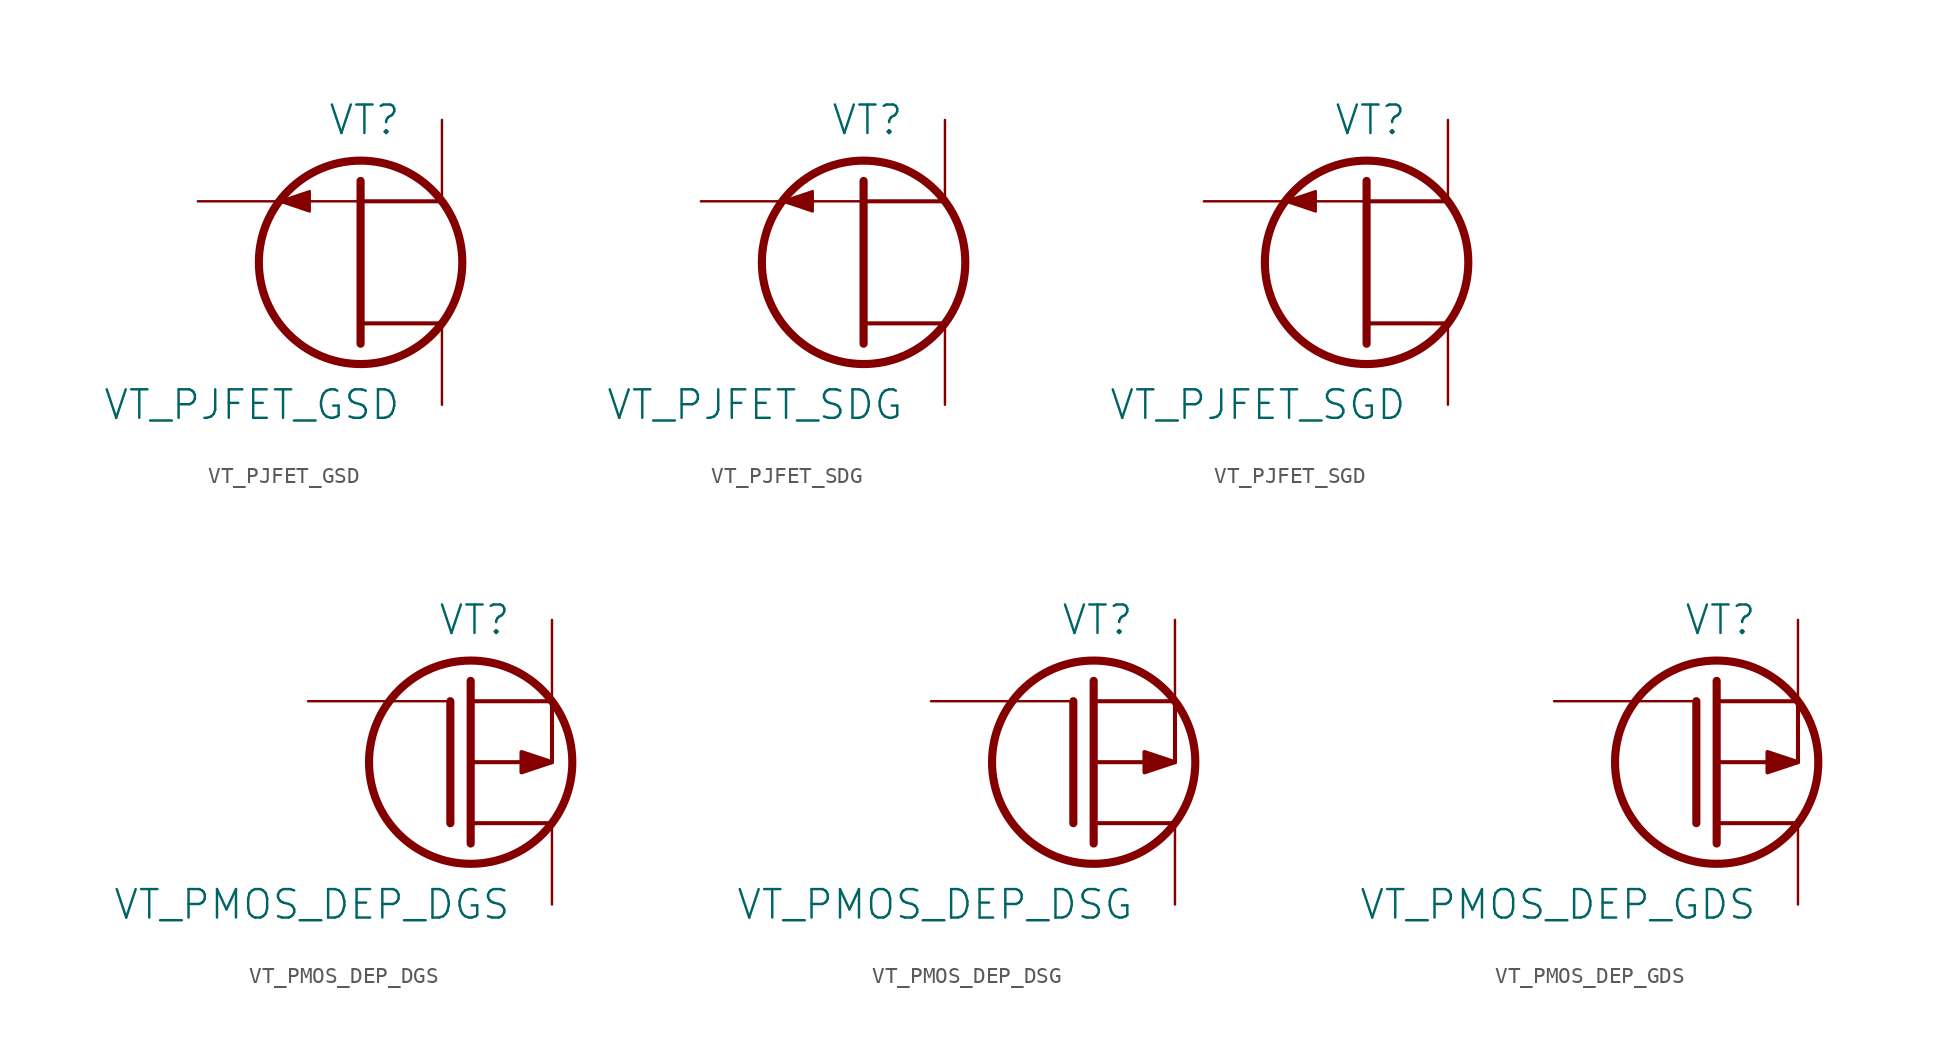
<source format=kicad_sym>
(kicad_symbol_lib
  (version 20211014)
  (generator kicad_symbol_editor)
  (symbol "VT_PJFET_GSD"
    (pin_names
      (offset 0))
    (property "Reference" "VT"
      (at 2.54 8.89 0)
      (effects (font (size 1.778 1.778)) (justify right)))
    (property "Value" "VT_PJFET_GSD"
      (at 2.54 -8.89 0)
      (effects (font (size 1.778 1.778)) (justify right)))
    (symbol "VT_PJFET_GSD_0_1"
      (polyline (pts (xy -10.16 3.81) (xy 0 3.81)) (stroke (width 0) (type default) (color 0 0 0 0)) (fill (type none)))
      (polyline (pts (xy 0 -3.81) (xy 5.08 -3.81)) (stroke (width 0.254) (type default) (color 0 0 0 0)) (fill (type none)))
      (polyline (pts (xy 0 3.81) (xy 5.08 3.81)) (stroke (width 0.254) (type default) (color 0 0 0 0)) (fill (type none)))
      (polyline (pts (xy 0 5.08) (xy 0 -5.08)) (stroke (width 0.508) (type default) (color 0 0 0 0)) (fill (type none)))
      (polyline (pts (xy 5.08 -3.81) (xy 5.08 -8.89)) (stroke (width 0) (type default) (color 0 0 0 0)) (fill (type none)))
      (polyline (pts (xy 5.08 3.81) (xy 5.08 8.89)) (stroke (width 0) (type default) (color 0 0 0 0)) (fill (type none)))
      (polyline (pts (xy -3.175 3.175) (xy -5.08 3.81) (xy -3.175 4.445) (xy -3.175 3.175)) (stroke (width 0) (type default) (color 0 0 0 0)) (fill (type outline)))
      (circle (center 0 0) (radius 6.35) (stroke (width 0.508) (type default) (color 0 0 0 0)) (fill (type none))))
    (symbol "VT_PJFET_GSD_1_1"
      (pin passive line (at -10.16 3.81 0) (length 2.54) hide (name "G" (effects (font (size 1.27 1.27)))) (number "1" (effects (font (size 1.27 1.27)))))
      (pin passive line (at 5.08 8.89 270) (length 2.54) hide (name "S" (effects (font (size 1.27 1.27)))) (number "2" (effects (font (size 1.27 1.27)))))
      (pin passive line (at 5.08 -8.89 90) (length 2.54) hide (name "D" (effects (font (size 1.27 1.27)))) (number "3" (effects (font (size 1.27 1.27)))))))
  (symbol "VT_PJFET_SDG"
    (pin_names
      (offset 0))
    (property "Reference" "VT"
      (at 2.54 8.89 0)
      (effects (font (size 1.778 1.778)) (justify right)))
    (property "Value" "VT_PJFET_SDG"
      (at 2.54 -8.89 0)
      (effects (font (size 1.778 1.778)) (justify right)))
    (symbol "VT_PJFET_SDG_0_1"
      (polyline (pts (xy -10.16 3.81) (xy 0 3.81)) (stroke (width 0) (type default) (color 0 0 0 0)) (fill (type none)))
      (polyline (pts (xy 0 -3.81) (xy 5.08 -3.81)) (stroke (width 0.254) (type default) (color 0 0 0 0)) (fill (type none)))
      (polyline (pts (xy 0 3.81) (xy 5.08 3.81)) (stroke (width 0.254) (type default) (color 0 0 0 0)) (fill (type none)))
      (polyline (pts (xy 0 5.08) (xy 0 -5.08)) (stroke (width 0.508) (type default) (color 0 0 0 0)) (fill (type none)))
      (polyline (pts (xy 5.08 -3.81) (xy 5.08 -8.89)) (stroke (width 0) (type default) (color 0 0 0 0)) (fill (type none)))
      (polyline (pts (xy 5.08 3.81) (xy 5.08 8.89)) (stroke (width 0) (type default) (color 0 0 0 0)) (fill (type none)))
      (polyline (pts (xy -3.175 3.175) (xy -5.08 3.81) (xy -3.175 4.445) (xy -3.175 3.175)) (stroke (width 0) (type default) (color 0 0 0 0)) (fill (type outline)))
      (circle (center 0 0) (radius 6.35) (stroke (width 0.508) (type default) (color 0 0 0 0)) (fill (type none))))
    (symbol "VT_PJFET_SDG_1_1"
      (pin passive line (at 5.08 8.89 270) (length 2.54) hide (name "S" (effects (font (size 1.27 1.27)))) (number "1" (effects (font (size 1.27 1.27)))))
      (pin passive line (at 5.08 -8.89 90) (length 2.54) hide (name "D" (effects (font (size 1.27 1.27)))) (number "2" (effects (font (size 1.27 1.27)))))
      (pin passive line (at -10.16 3.81 0) (length 2.54) hide (name "G" (effects (font (size 1.27 1.27)))) (number "3" (effects (font (size 1.27 1.27)))))))
  (symbol "VT_PJFET_SGD"
    (pin_names
      (offset 0))
    (property "Reference" "VT"
      (at 2.54 8.89 0)
      (effects (font (size 1.778 1.778)) (justify right)))
    (property "Value" "VT_PJFET_SGD"
      (at 2.54 -8.89 0)
      (effects (font (size 1.778 1.778)) (justify right)))
    (symbol "VT_PJFET_SGD_0_1"
      (polyline (pts (xy -10.16 3.81) (xy 0 3.81)) (stroke (width 0) (type default) (color 0 0 0 0)) (fill (type none)))
      (polyline (pts (xy 0 -3.81) (xy 5.08 -3.81)) (stroke (width 0.254) (type default) (color 0 0 0 0)) (fill (type none)))
      (polyline (pts (xy 0 3.81) (xy 5.08 3.81)) (stroke (width 0.254) (type default) (color 0 0 0 0)) (fill (type none)))
      (polyline (pts (xy 0 5.08) (xy 0 -5.08)) (stroke (width 0.508) (type default) (color 0 0 0 0)) (fill (type none)))
      (polyline (pts (xy 5.08 -3.81) (xy 5.08 -8.89)) (stroke (width 0) (type default) (color 0 0 0 0)) (fill (type none)))
      (polyline (pts (xy 5.08 3.81) (xy 5.08 8.89)) (stroke (width 0) (type default) (color 0 0 0 0)) (fill (type none)))
      (polyline (pts (xy -3.175 3.175) (xy -5.08 3.81) (xy -3.175 4.445) (xy -3.175 3.175)) (stroke (width 0) (type default) (color 0 0 0 0)) (fill (type outline)))
      (circle (center 0 0) (radius 6.35) (stroke (width 0.508) (type default) (color 0 0 0 0)) (fill (type none))))
    (symbol "VT_PJFET_SGD_1_1"
      (pin passive line (at 5.08 8.89 270) (length 2.54) hide (name "S" (effects (font (size 1.27 1.27)))) (number "1" (effects (font (size 1.27 1.27)))))
      (pin passive line (at -10.16 3.81 0) (length 2.54) hide (name "G" (effects (font (size 1.27 1.27)))) (number "2" (effects (font (size 1.27 1.27)))))
      (pin passive line (at 5.08 -8.89 90) (length 2.54) hide (name "D" (effects (font (size 1.27 1.27)))) (number "3" (effects (font (size 1.27 1.27)))))))
  (symbol "VT_PMOS_DEP_DGS"
    (pin_names
      (offset 0))
    (property "Reference" "VT"
      (at 2.54 8.89 0)
      (effects (font (size 1.778 1.778)) (justify right)))
    (property "Value" "VT_PMOS_DEP_DGS"
      (at 2.54 -8.89 0)
      (effects (font (size 1.778 1.778)) (justify right)))
    (symbol "VT_PMOS_DEP_DGS_0_1"
      (polyline (pts (xy -10.16 3.81) (xy -1.27 3.81)) (stroke (width 0) (type default) (color 0 0 0 0)) (fill (type none)))
      (polyline (pts (xy -1.27 3.81) (xy -1.27 -3.81)) (stroke (width 0.508) (type default) (color 0 0 0 0)) (fill (type none)))
      (polyline (pts (xy 0 -3.81) (xy 5.08 -3.81)) (stroke (width 0.254) (type default) (color 0 0 0 0)) (fill (type none)))
      (polyline (pts (xy 0 3.81) (xy 5.08 3.81)) (stroke (width 0.254) (type default) (color 0 0 0 0)) (fill (type none)))
      (polyline (pts (xy 0 5.08) (xy 0 -5.08)) (stroke (width 0.508) (type default) (color 0 0 0 0)) (fill (type none)))
      (polyline (pts (xy 5.08 -3.81) (xy 5.08 -8.89)) (stroke (width 0) (type default) (color 0 0 0 0)) (fill (type none)))
      (polyline (pts (xy 5.08 3.81) (xy 5.08 8.89)) (stroke (width 0) (type default) (color 0 0 0 0)) (fill (type none)))
      (polyline (pts (xy 0 0) (xy 5.08 0) (xy 5.08 3.81)) (stroke (width 0.254) (type default) (color 0 0 0 0)) (fill (type none)))
      (polyline (pts (xy 3.175 -0.635) (xy 5.08 0) (xy 3.175 0.635) (xy 3.175 -0.635)) (stroke (width 0.254) (type default) (color 0 0 0 0)) (fill (type outline)))
      (circle (center 0 0) (radius 6.35) (stroke (width 0.508) (type default) (color 0 0 0 0)) (fill (type none))))
    (symbol "VT_PMOS_DEP_DGS_1_1"
      (pin passive line (at 5.08 -8.89 90) (length 2.54) hide (name "D" (effects (font (size 1.27 1.27)))) (number "1" (effects (font (size 1.27 1.27)))))
      (pin passive line (at -10.16 3.81 0) (length 2.54) hide (name "G" (effects (font (size 1.27 1.27)))) (number "2" (effects (font (size 1.27 1.27)))))
      (pin passive line (at 5.08 8.89 270) (length 2.54) hide (name "S" (effects (font (size 1.27 1.27)))) (number "3" (effects (font (size 1.27 1.27)))))))
  (symbol "VT_PMOS_DEP_DSG"
    (pin_names
      (offset 0))
    (property "Reference" "VT"
      (at 2.54 8.89 0)
      (effects (font (size 1.778 1.778)) (justify right)))
    (property "Value" "VT_PMOS_DEP_DSG"
      (at 2.54 -8.89 0)
      (effects (font (size 1.778 1.778)) (justify right)))
    (symbol "VT_PMOS_DEP_DSG_0_1"
      (polyline (pts (xy -10.16 3.81) (xy -1.27 3.81)) (stroke (width 0) (type default) (color 0 0 0 0)) (fill (type none)))
      (polyline (pts (xy -1.27 3.81) (xy -1.27 -3.81)) (stroke (width 0.508) (type default) (color 0 0 0 0)) (fill (type none)))
      (polyline (pts (xy 0 -3.81) (xy 5.08 -3.81)) (stroke (width 0.254) (type default) (color 0 0 0 0)) (fill (type none)))
      (polyline (pts (xy 0 3.81) (xy 5.08 3.81)) (stroke (width 0.254) (type default) (color 0 0 0 0)) (fill (type none)))
      (polyline (pts (xy 0 5.08) (xy 0 -5.08)) (stroke (width 0.508) (type default) (color 0 0 0 0)) (fill (type none)))
      (polyline (pts (xy 5.08 -3.81) (xy 5.08 -8.89)) (stroke (width 0) (type default) (color 0 0 0 0)) (fill (type none)))
      (polyline (pts (xy 5.08 3.81) (xy 5.08 8.89)) (stroke (width 0) (type default) (color 0 0 0 0)) (fill (type none)))
      (polyline (pts (xy 0 0) (xy 5.08 0) (xy 5.08 3.81)) (stroke (width 0.254) (type default) (color 0 0 0 0)) (fill (type none)))
      (polyline (pts (xy 3.175 -0.635) (xy 5.08 0) (xy 3.175 0.635) (xy 3.175 -0.635)) (stroke (width 0.254) (type default) (color 0 0 0 0)) (fill (type outline)))
      (circle (center 0 0) (radius 6.35) (stroke (width 0.508) (type default) (color 0 0 0 0)) (fill (type none))))
    (symbol "VT_PMOS_DEP_DSG_1_1"
      (pin passive line (at 5.08 -8.89 90) (length 2.54) hide (name "D" (effects (font (size 1.27 1.27)))) (number "1" (effects (font (size 1.27 1.27)))))
      (pin passive line (at 5.08 8.89 270) (length 2.54) hide (name "S" (effects (font (size 1.27 1.27)))) (number "2" (effects (font (size 1.27 1.27)))))
      (pin passive line (at -10.16 3.81 0) (length 2.54) hide (name "G" (effects (font (size 1.27 1.27)))) (number "3" (effects (font (size 1.27 1.27)))))))
  (symbol "VT_PMOS_DEP_GDS"
    (pin_names
      (offset 0))
    (property "Reference" "VT"
      (at 2.54 8.89 0)
      (effects (font (size 1.778 1.778)) (justify right)))
    (property "Value" "VT_PMOS_DEP_GDS"
      (at 2.54 -8.89 0)
      (effects (font (size 1.778 1.778)) (justify right)))
    (symbol "VT_PMOS_DEP_GDS_0_1"
      (polyline (pts (xy -10.16 3.81) (xy -1.27 3.81)) (stroke (width 0) (type default) (color 0 0 0 0)) (fill (type none)))
      (polyline (pts (xy -1.27 3.81) (xy -1.27 -3.81)) (stroke (width 0.508) (type default) (color 0 0 0 0)) (fill (type none)))
      (polyline (pts (xy 0 -3.81) (xy 5.08 -3.81)) (stroke (width 0.254) (type default) (color 0 0 0 0)) (fill (type none)))
      (polyline (pts (xy 0 3.81) (xy 5.08 3.81)) (stroke (width 0.254) (type default) (color 0 0 0 0)) (fill (type none)))
      (polyline (pts (xy 0 5.08) (xy 0 -5.08)) (stroke (width 0.508) (type default) (color 0 0 0 0)) (fill (type none)))
      (polyline (pts (xy 5.08 -3.81) (xy 5.08 -8.89)) (stroke (width 0) (type default) (color 0 0 0 0)) (fill (type none)))
      (polyline (pts (xy 5.08 3.81) (xy 5.08 8.89)) (stroke (width 0) (type default) (color 0 0 0 0)) (fill (type none)))
      (polyline (pts (xy 0 0) (xy 5.08 0) (xy 5.08 3.81)) (stroke (width 0.254) (type default) (color 0 0 0 0)) (fill (type none)))
      (polyline (pts (xy 3.175 -0.635) (xy 5.08 0) (xy 3.175 0.635) (xy 3.175 -0.635)) (stroke (width 0.254) (type default) (color 0 0 0 0)) (fill (type outline)))
      (circle (center 0 0) (radius 6.35) (stroke (width 0.508) (type default) (color 0 0 0 0)) (fill (type none))))
    (symbol "VT_PMOS_DEP_GDS_1_1"
      (pin passive line (at -10.16 3.81 0) (length 2.54) hide (name "G" (effects (font (size 1.27 1.27)))) (number "1" (effects (font (size 1.27 1.27)))))
      (pin passive line (at 5.08 -8.89 90) (length 2.54) hide (name "D" (effects (font (size 1.27 1.27)))) (number "2" (effects (font (size 1.27 1.27)))))
      (pin passive line (at 5.08 8.89 270) (length 2.54) hide (name "S" (effects (font (size 1.27 1.27)))) (number "3" (effects (font (size 1.27 1.27))))))))
</source>
